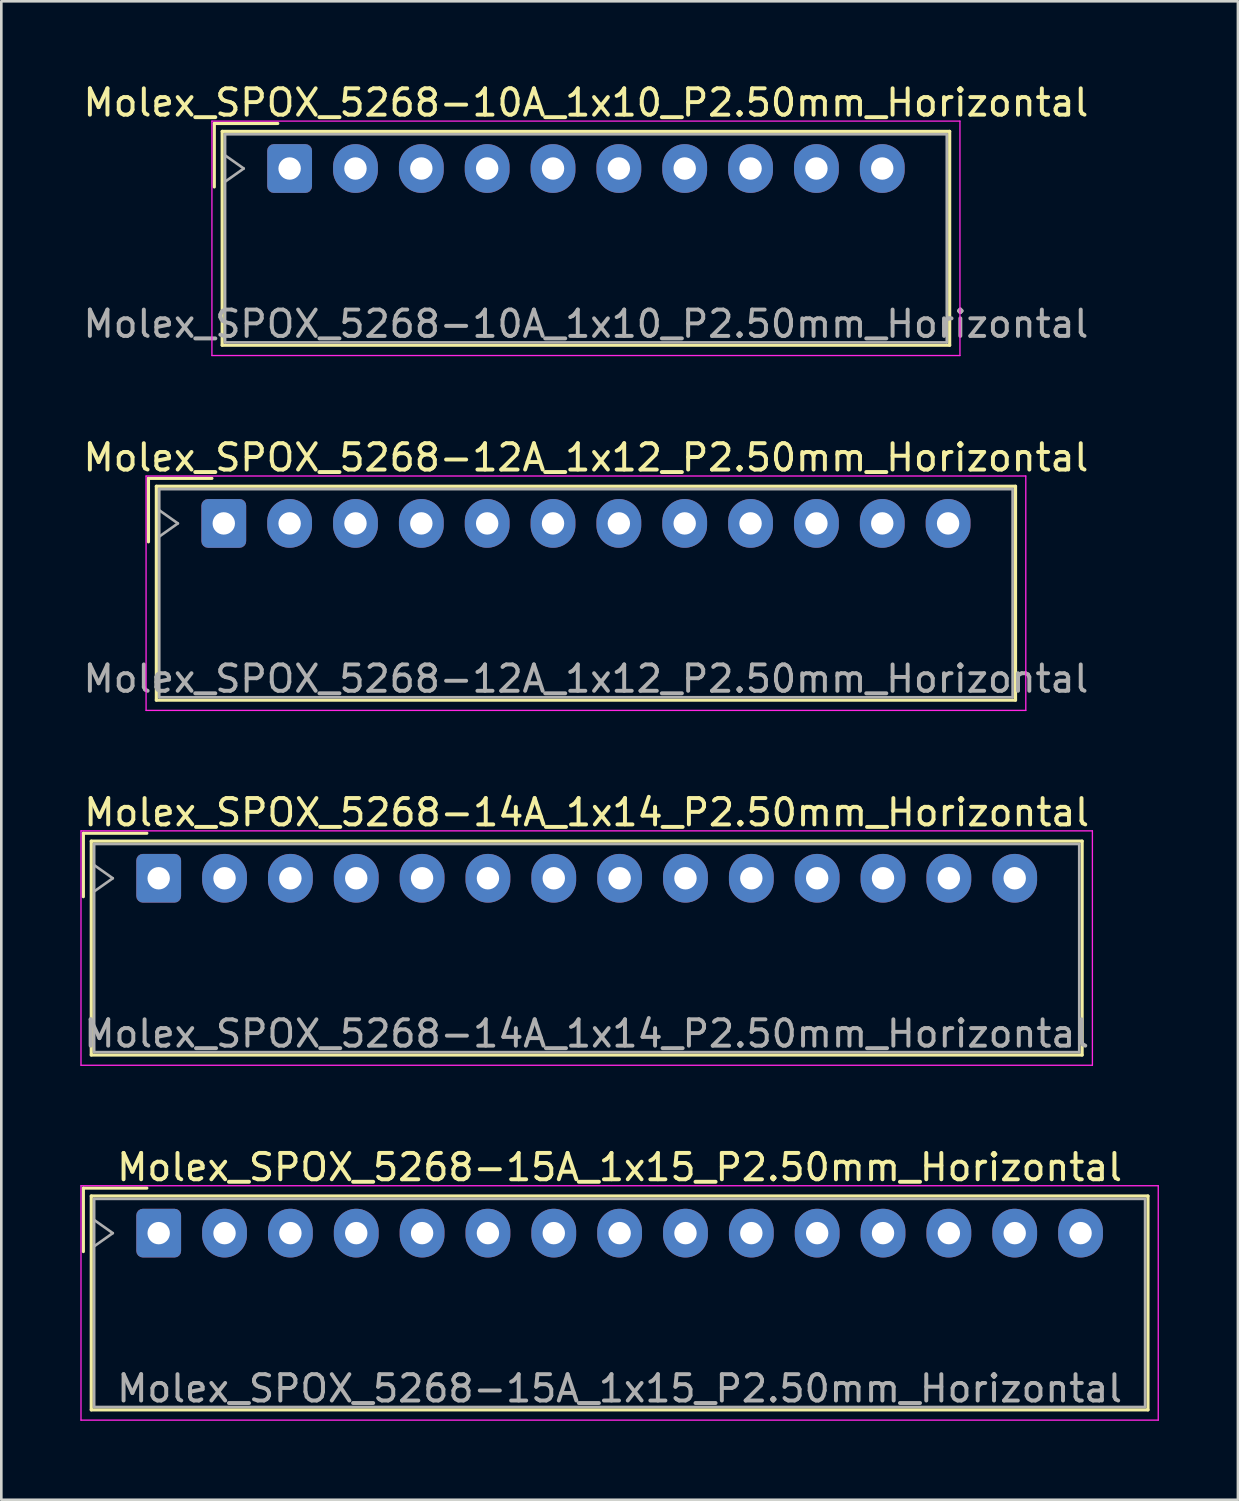
<source format=kicad_pcb>
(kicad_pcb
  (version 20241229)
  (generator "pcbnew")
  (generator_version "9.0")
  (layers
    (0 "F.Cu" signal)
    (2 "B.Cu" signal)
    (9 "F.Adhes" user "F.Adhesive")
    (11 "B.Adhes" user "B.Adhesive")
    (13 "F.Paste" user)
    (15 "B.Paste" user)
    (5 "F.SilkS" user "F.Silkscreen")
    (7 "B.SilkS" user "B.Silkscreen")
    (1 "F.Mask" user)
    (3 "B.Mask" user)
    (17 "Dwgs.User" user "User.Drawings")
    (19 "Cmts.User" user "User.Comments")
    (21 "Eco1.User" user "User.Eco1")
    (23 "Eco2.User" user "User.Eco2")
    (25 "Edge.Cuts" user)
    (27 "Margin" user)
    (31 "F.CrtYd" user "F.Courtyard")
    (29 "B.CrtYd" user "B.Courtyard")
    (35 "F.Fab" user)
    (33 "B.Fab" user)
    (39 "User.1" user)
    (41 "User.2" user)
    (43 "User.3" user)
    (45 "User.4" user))
  (footprint "Molex_SPOX_5268-10A_1x10_P2.50mm_Horizontal"
    (layer "F.Cu")
    (at 7.946 3.348)
    (property "Reference" "Molex_SPOX_5268-10A_1x10_P2.50mm_Horizontal" (at 11.25 -2.5 0) (layer "F.SilkS") (effects (font (size 1 1) (thickness 0.15))))
    (attr through_hole)
    (fp_line (start -2.86 -1.71) (end -0.45 -1.71) (stroke (width 0.12) (type solid)) (layer "F.SilkS"))
    (fp_line (start -2.86 0.7) (end -2.86 -1.71) (stroke (width 0.12) (type solid)) (layer "F.SilkS"))
    (fp_line (start -2.56 -1.41) (end -2.56 6.71) (stroke (width 0.12) (type solid)) (layer "F.SilkS"))
    (fp_line (start -2.56 6.71) (end 25.06 6.71) (stroke (width 0.12) (type solid)) (layer "F.SilkS"))
    (fp_line (start 25.06 -1.41) (end -2.56 -1.41) (stroke (width 0.12) (type solid)) (layer "F.SilkS"))
    (fp_line (start 25.06 6.71) (end 25.06 -1.41) (stroke (width 0.12) (type solid)) (layer "F.SilkS"))
    (fp_line (start -2.95 -1.8) (end -2.95 7.1) (stroke (width 0.05) (type solid)) (layer "F.CrtYd"))
    (fp_line (start -2.95 7.1) (end 25.45 7.1) (stroke (width 0.05) (type solid)) (layer "F.CrtYd"))
    (fp_line (start 25.45 -1.8) (end -2.95 -1.8) (stroke (width 0.05) (type solid)) (layer "F.CrtYd"))
    (fp_line (start 25.45 7.1) (end 25.45 -1.8) (stroke (width 0.05) (type solid)) (layer "F.CrtYd"))
    (fp_line (start -2.45 -1.3) (end -2.45 6.6) (stroke (width 0.1) (type solid)) (layer "F.Fab"))
    (fp_line (start -2.45 0.5) (end -1.743 0) (stroke (width 0.1) (type solid)) (layer "F.Fab"))
    (fp_line (start -2.45 6.6) (end 24.95 6.6) (stroke (width 0.1) (type solid)) (layer "F.Fab"))
    (fp_line (start -1.743 0) (end -2.45 -0.5) (stroke (width 0.1) (type solid)) (layer "F.Fab"))
    (fp_line (start 24.95 -1.3) (end -2.45 -1.3) (stroke (width 0.1) (type solid)) (layer "F.Fab"))
    (fp_line (start 24.95 6.6) (end 24.95 -1.3) (stroke (width 0.1) (type solid)) (layer "F.Fab"))
    (fp_text user "${REFERENCE}" (at 11.25 5.9 0) (layer "F.Fab") (effects (font (size 1 1) (thickness 0.15))))
    (pad "1" thru_hole roundrect (at 0 0) (size 1.7 1.85) (drill 0.85) (layers "*.Cu" "*.Mask") (roundrect_rratio 0.147))
    (pad "2" thru_hole oval (at 2.5 0) (size 1.7 1.85) (drill 0.85) (layers "*.Cu" "*.Mask"))
    (pad "3" thru_hole oval (at 5 0) (size 1.7 1.85) (drill 0.85) (layers "*.Cu" "*.Mask"))
    (pad "4" thru_hole oval (at 7.5 0) (size 1.7 1.85) (drill 0.85) (layers "*.Cu" "*.Mask"))
    (pad "5" thru_hole oval (at 10 0) (size 1.7 1.85) (drill 0.85) (layers "*.Cu" "*.Mask"))
    (pad "6" thru_hole oval (at 12.5 0) (size 1.7 1.85) (drill 0.85) (layers "*.Cu" "*.Mask"))
    (pad "7" thru_hole oval (at 15 0) (size 1.7 1.85) (drill 0.85) (layers "*.Cu" "*.Mask"))
    (pad "8" thru_hole oval (at 17.5 0) (size 1.7 1.85) (drill 0.85) (layers "*.Cu" "*.Mask"))
    (pad "9" thru_hole oval (at 20 0) (size 1.7 1.85) (drill 0.85) (layers "*.Cu" "*.Mask"))
    (pad "10" thru_hole oval (at 22.5 0) (size 1.7 1.85) (drill 0.85) (layers "*.Cu" "*.Mask")))
  (footprint "Molex_SPOX_5268-15A_1x15_P2.50mm_Horizontal"
    (layer "F.Cu")
    (at 2.975 43.768)
    (property "Reference" "Molex_SPOX_5268-15A_1x15_P2.50mm_Horizontal" (at 17.5 -2.5 0) (layer "F.SilkS") (effects (font (size 1 1) (thickness 0.15))))
    (attr through_hole)
    (fp_line (start -2.86 -1.71) (end -0.45 -1.71) (stroke (width 0.12) (type solid)) (layer "F.SilkS"))
    (fp_line (start -2.86 0.7) (end -2.86 -1.71) (stroke (width 0.12) (type solid)) (layer "F.SilkS"))
    (fp_line (start -2.56 -1.41) (end -2.56 6.71) (stroke (width 0.12) (type solid)) (layer "F.SilkS"))
    (fp_line (start -2.56 6.71) (end 37.56 6.71) (stroke (width 0.12) (type solid)) (layer "F.SilkS"))
    (fp_line (start 37.56 -1.41) (end -2.56 -1.41) (stroke (width 0.12) (type solid)) (layer "F.SilkS"))
    (fp_line (start 37.56 6.71) (end 37.56 -1.41) (stroke (width 0.12) (type solid)) (layer "F.SilkS"))
    (fp_line (start -2.95 -1.8) (end -2.95 7.1) (stroke (width 0.05) (type solid)) (layer "F.CrtYd"))
    (fp_line (start -2.95 7.1) (end 37.95 7.1) (stroke (width 0.05) (type solid)) (layer "F.CrtYd"))
    (fp_line (start 37.95 -1.8) (end -2.95 -1.8) (stroke (width 0.05) (type solid)) (layer "F.CrtYd"))
    (fp_line (start 37.95 7.1) (end 37.95 -1.8) (stroke (width 0.05) (type solid)) (layer "F.CrtYd"))
    (fp_line (start -2.45 -1.3) (end -2.45 6.6) (stroke (width 0.1) (type solid)) (layer "F.Fab"))
    (fp_line (start -2.45 0.5) (end -1.743 0) (stroke (width 0.1) (type solid)) (layer "F.Fab"))
    (fp_line (start -2.45 6.6) (end 37.45 6.6) (stroke (width 0.1) (type solid)) (layer "F.Fab"))
    (fp_line (start -1.743 0) (end -2.45 -0.5) (stroke (width 0.1) (type solid)) (layer "F.Fab"))
    (fp_line (start 37.45 -1.3) (end -2.45 -1.3) (stroke (width 0.1) (type solid)) (layer "F.Fab"))
    (fp_line (start 37.45 6.6) (end 37.45 -1.3) (stroke (width 0.1) (type solid)) (layer "F.Fab"))
    (fp_text user "${REFERENCE}" (at 17.5 5.9 0) (layer "F.Fab") (effects (font (size 1 1) (thickness 0.15))))
    (pad "1" thru_hole roundrect (at 0 0) (size 1.7 1.85) (drill 0.85) (layers "*.Cu" "*.Mask") (roundrect_rratio 0.147))
    (pad "2" thru_hole oval (at 2.5 0) (size 1.7 1.85) (drill 0.85) (layers "*.Cu" "*.Mask"))
    (pad "3" thru_hole oval (at 5 0) (size 1.7 1.85) (drill 0.85) (layers "*.Cu" "*.Mask"))
    (pad "4" thru_hole oval (at 7.5 0) (size 1.7 1.85) (drill 0.85) (layers "*.Cu" "*.Mask"))
    (pad "5" thru_hole oval (at 10 0) (size 1.7 1.85) (drill 0.85) (layers "*.Cu" "*.Mask"))
    (pad "6" thru_hole oval (at 12.5 0) (size 1.7 1.85) (drill 0.85) (layers "*.Cu" "*.Mask"))
    (pad "7" thru_hole oval (at 15 0) (size 1.7 1.85) (drill 0.85) (layers "*.Cu" "*.Mask"))
    (pad "8" thru_hole oval (at 17.5 0) (size 1.7 1.85) (drill 0.85) (layers "*.Cu" "*.Mask"))
    (pad "9" thru_hole oval (at 20 0) (size 1.7 1.85) (drill 0.85) (layers "*.Cu" "*.Mask"))
    (pad "10" thru_hole oval (at 22.5 0) (size 1.7 1.85) (drill 0.85) (layers "*.Cu" "*.Mask"))
    (pad "11" thru_hole oval (at 25 0) (size 1.7 1.85) (drill 0.85) (layers "*.Cu" "*.Mask"))
    (pad "12" thru_hole oval (at 27.5 0) (size 1.7 1.85) (drill 0.85) (layers "*.Cu" "*.Mask"))
    (pad "13" thru_hole oval (at 30 0) (size 1.7 1.85) (drill 0.85) (layers "*.Cu" "*.Mask"))
    (pad "14" thru_hole oval (at 32.5 0) (size 1.7 1.85) (drill 0.85) (layers "*.Cu" "*.Mask"))
    (pad "15" thru_hole oval (at 35 0) (size 1.7 1.85) (drill 0.85) (layers "*.Cu" "*.Mask")))
  (footprint "Molex_SPOX_5268-14A_1x14_P2.50mm_Horizontal"
    (layer "F.Cu")
    (at 2.975 30.295)
    (property "Reference" "Molex_SPOX_5268-14A_1x14_P2.50mm_Horizontal" (at 16.25 -2.5 0) (layer "F.SilkS") (effects (font (size 1 1) (thickness 0.15))))
    (attr through_hole)
    (fp_line (start -2.86 -1.71) (end -0.45 -1.71) (stroke (width 0.12) (type solid)) (layer "F.SilkS"))
    (fp_line (start -2.86 0.7) (end -2.86 -1.71) (stroke (width 0.12) (type solid)) (layer "F.SilkS"))
    (fp_line (start -2.56 -1.41) (end -2.56 6.71) (stroke (width 0.12) (type solid)) (layer "F.SilkS"))
    (fp_line (start -2.56 6.71) (end 35.06 6.71) (stroke (width 0.12) (type solid)) (layer "F.SilkS"))
    (fp_line (start 35.06 -1.41) (end -2.56 -1.41) (stroke (width 0.12) (type solid)) (layer "F.SilkS"))
    (fp_line (start 35.06 6.71) (end 35.06 -1.41) (stroke (width 0.12) (type solid)) (layer "F.SilkS"))
    (fp_line (start -2.95 -1.8) (end -2.95 7.1) (stroke (width 0.05) (type solid)) (layer "F.CrtYd"))
    (fp_line (start -2.95 7.1) (end 35.45 7.1) (stroke (width 0.05) (type solid)) (layer "F.CrtYd"))
    (fp_line (start 35.45 -1.8) (end -2.95 -1.8) (stroke (width 0.05) (type solid)) (layer "F.CrtYd"))
    (fp_line (start 35.45 7.1) (end 35.45 -1.8) (stroke (width 0.05) (type solid)) (layer "F.CrtYd"))
    (fp_line (start -2.45 -1.3) (end -2.45 6.6) (stroke (width 0.1) (type solid)) (layer "F.Fab"))
    (fp_line (start -2.45 0.5) (end -1.743 0) (stroke (width 0.1) (type solid)) (layer "F.Fab"))
    (fp_line (start -2.45 6.6) (end 34.95 6.6) (stroke (width 0.1) (type solid)) (layer "F.Fab"))
    (fp_line (start -1.743 0) (end -2.45 -0.5) (stroke (width 0.1) (type solid)) (layer "F.Fab"))
    (fp_line (start 34.95 -1.3) (end -2.45 -1.3) (stroke (width 0.1) (type solid)) (layer "F.Fab"))
    (fp_line (start 34.95 6.6) (end 34.95 -1.3) (stroke (width 0.1) (type solid)) (layer "F.Fab"))
    (fp_text user "${REFERENCE}" (at 16.25 5.9 0) (layer "F.Fab") (effects (font (size 1 1) (thickness 0.15))))
    (pad "1" thru_hole roundrect (at 0 0) (size 1.7 1.85) (drill 0.85) (layers "*.Cu" "*.Mask") (roundrect_rratio 0.147))
    (pad "2" thru_hole oval (at 2.5 0) (size 1.7 1.85) (drill 0.85) (layers "*.Cu" "*.Mask"))
    (pad "3" thru_hole oval (at 5 0) (size 1.7 1.85) (drill 0.85) (layers "*.Cu" "*.Mask"))
    (pad "4" thru_hole oval (at 7.5 0) (size 1.7 1.85) (drill 0.85) (layers "*.Cu" "*.Mask"))
    (pad "5" thru_hole oval (at 10 0) (size 1.7 1.85) (drill 0.85) (layers "*.Cu" "*.Mask"))
    (pad "6" thru_hole oval (at 12.5 0) (size 1.7 1.85) (drill 0.85) (layers "*.Cu" "*.Mask"))
    (pad "7" thru_hole oval (at 15 0) (size 1.7 1.85) (drill 0.85) (layers "*.Cu" "*.Mask"))
    (pad "8" thru_hole oval (at 17.5 0) (size 1.7 1.85) (drill 0.85) (layers "*.Cu" "*.Mask"))
    (pad "9" thru_hole oval (at 20 0) (size 1.7 1.85) (drill 0.85) (layers "*.Cu" "*.Mask"))
    (pad "10" thru_hole oval (at 22.5 0) (size 1.7 1.85) (drill 0.85) (layers "*.Cu" "*.Mask"))
    (pad "11" thru_hole oval (at 25 0) (size 1.7 1.85) (drill 0.85) (layers "*.Cu" "*.Mask"))
    (pad "12" thru_hole oval (at 27.5 0) (size 1.7 1.85) (drill 0.85) (layers "*.Cu" "*.Mask"))
    (pad "13" thru_hole oval (at 30 0) (size 1.7 1.85) (drill 0.85) (layers "*.Cu" "*.Mask"))
    (pad "14" thru_hole oval (at 32.5 0) (size 1.7 1.85) (drill 0.85) (layers "*.Cu" "*.Mask")))
  (footprint "Molex_SPOX_5268-12A_1x12_P2.50mm_Horizontal"
    (layer "F.Cu")
    (at 5.446 16.822)
    (property "Reference" "Molex_SPOX_5268-12A_1x12_P2.50mm_Horizontal" (at 13.75 -2.5 0) (layer "F.SilkS") (effects (font (size 1 1) (thickness 0.15))))
    (attr through_hole)
    (fp_line (start -2.86 -1.71) (end -0.45 -1.71) (stroke (width 0.12) (type solid)) (layer "F.SilkS"))
    (fp_line (start -2.86 0.7) (end -2.86 -1.71) (stroke (width 0.12) (type solid)) (layer "F.SilkS"))
    (fp_line (start -2.56 -1.41) (end -2.56 6.71) (stroke (width 0.12) (type solid)) (layer "F.SilkS"))
    (fp_line (start -2.56 6.71) (end 30.06 6.71) (stroke (width 0.12) (type solid)) (layer "F.SilkS"))
    (fp_line (start 30.06 -1.41) (end -2.56 -1.41) (stroke (width 0.12) (type solid)) (layer "F.SilkS"))
    (fp_line (start 30.06 6.71) (end 30.06 -1.41) (stroke (width 0.12) (type solid)) (layer "F.SilkS"))
    (fp_line (start -2.95 -1.8) (end -2.95 7.1) (stroke (width 0.05) (type solid)) (layer "F.CrtYd"))
    (fp_line (start -2.95 7.1) (end 30.45 7.1) (stroke (width 0.05) (type solid)) (layer "F.CrtYd"))
    (fp_line (start 30.45 -1.8) (end -2.95 -1.8) (stroke (width 0.05) (type solid)) (layer "F.CrtYd"))
    (fp_line (start 30.45 7.1) (end 30.45 -1.8) (stroke (width 0.05) (type solid)) (layer "F.CrtYd"))
    (fp_line (start -2.45 -1.3) (end -2.45 6.6) (stroke (width 0.1) (type solid)) (layer "F.Fab"))
    (fp_line (start -2.45 0.5) (end -1.743 0) (stroke (width 0.1) (type solid)) (layer "F.Fab"))
    (fp_line (start -2.45 6.6) (end 29.95 6.6) (stroke (width 0.1) (type solid)) (layer "F.Fab"))
    (fp_line (start -1.743 0) (end -2.45 -0.5) (stroke (width 0.1) (type solid)) (layer "F.Fab"))
    (fp_line (start 29.95 -1.3) (end -2.45 -1.3) (stroke (width 0.1) (type solid)) (layer "F.Fab"))
    (fp_line (start 29.95 6.6) (end 29.95 -1.3) (stroke (width 0.1) (type solid)) (layer "F.Fab"))
    (fp_text user "${REFERENCE}" (at 13.75 5.9 0) (layer "F.Fab") (effects (font (size 1 1) (thickness 0.15))))
    (pad "1" thru_hole roundrect (at 0 0) (size 1.7 1.85) (drill 0.85) (layers "*.Cu" "*.Mask") (roundrect_rratio 0.147))
    (pad "2" thru_hole oval (at 2.5 0) (size 1.7 1.85) (drill 0.85) (layers "*.Cu" "*.Mask"))
    (pad "3" thru_hole oval (at 5 0) (size 1.7 1.85) (drill 0.85) (layers "*.Cu" "*.Mask"))
    (pad "4" thru_hole oval (at 7.5 0) (size 1.7 1.85) (drill 0.85) (layers "*.Cu" "*.Mask"))
    (pad "5" thru_hole oval (at 10 0) (size 1.7 1.85) (drill 0.85) (layers "*.Cu" "*.Mask"))
    (pad "6" thru_hole oval (at 12.5 0) (size 1.7 1.85) (drill 0.85) (layers "*.Cu" "*.Mask"))
    (pad "7" thru_hole oval (at 15 0) (size 1.7 1.85) (drill 0.85) (layers "*.Cu" "*.Mask"))
    (pad "8" thru_hole oval (at 17.5 0) (size 1.7 1.85) (drill 0.85) (layers "*.Cu" "*.Mask"))
    (pad "9" thru_hole oval (at 20 0) (size 1.7 1.85) (drill 0.85) (layers "*.Cu" "*.Mask"))
    (pad "10" thru_hole oval (at 22.5 0) (size 1.7 1.85) (drill 0.85) (layers "*.Cu" "*.Mask"))
    (pad "11" thru_hole oval (at 25 0) (size 1.7 1.85) (drill 0.85) (layers "*.Cu" "*.Mask"))
    (pad "12" thru_hole oval (at 27.5 0) (size 1.7 1.85) (drill 0.85) (layers "*.Cu" "*.Mask")))
  (gr_rect
    (start -3 -3)
    (end 43.95 53.893)
    (stroke (width 0.1) (type default))
    (fill no)
    (layer "Edge.Cuts")))
</source>
